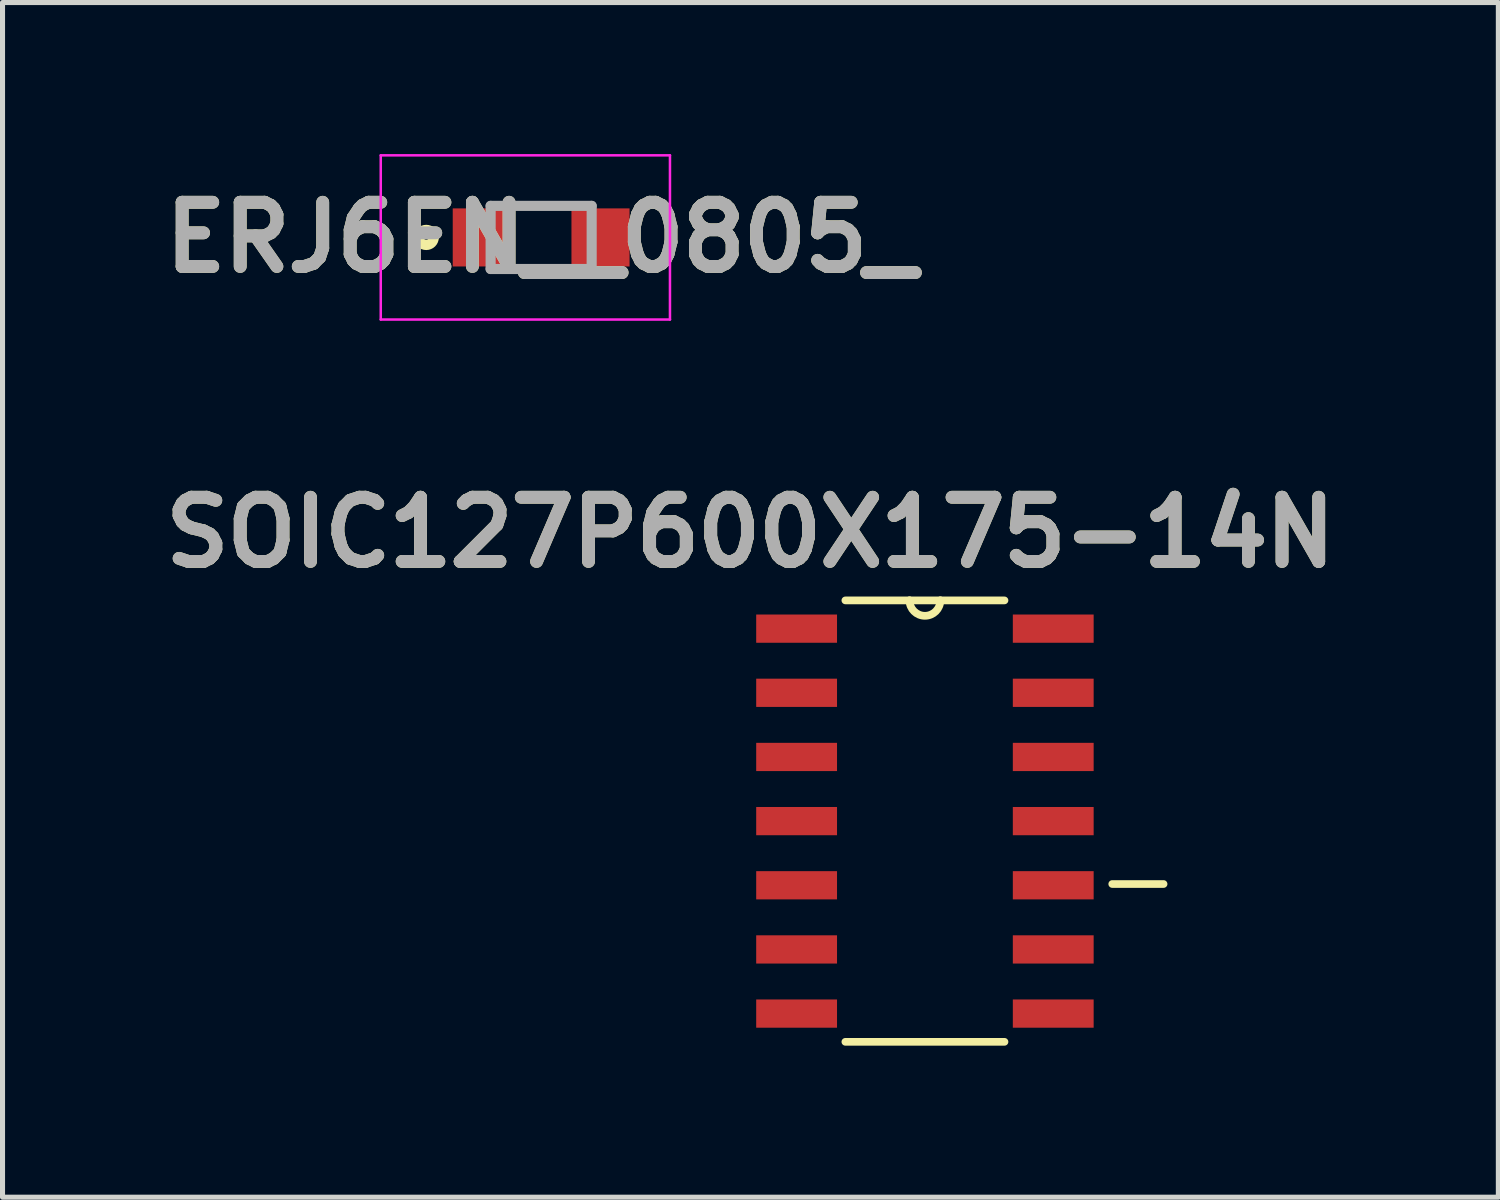
<source format=kicad_pcb>
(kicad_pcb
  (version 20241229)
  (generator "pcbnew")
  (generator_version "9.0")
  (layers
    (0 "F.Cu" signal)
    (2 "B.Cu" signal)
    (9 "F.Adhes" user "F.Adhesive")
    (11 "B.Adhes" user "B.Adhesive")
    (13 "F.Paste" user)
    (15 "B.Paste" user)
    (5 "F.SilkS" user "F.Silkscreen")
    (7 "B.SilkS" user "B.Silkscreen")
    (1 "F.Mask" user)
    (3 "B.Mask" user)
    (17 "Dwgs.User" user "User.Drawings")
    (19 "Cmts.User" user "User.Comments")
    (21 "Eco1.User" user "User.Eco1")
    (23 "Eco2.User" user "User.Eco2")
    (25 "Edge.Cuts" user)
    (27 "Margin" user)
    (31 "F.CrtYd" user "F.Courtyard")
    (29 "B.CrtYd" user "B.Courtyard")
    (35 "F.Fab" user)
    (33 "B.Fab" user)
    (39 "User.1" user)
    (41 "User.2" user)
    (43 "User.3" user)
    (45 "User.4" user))
  (footprint "ERJ6EN__0805_"
    (layer "F.Cu")
    (at 7.662 1.65)
    (property "Reference" "ERJ6EN__0805_" (at 0 0 0) (layer "F.SilkS") (effects (font (size 1.27 1.27) (thickness 0.254))))
    (attr smd)
    (fp_circle (center -2.275 0) (end -2.275 0.05) (stroke (width 0.2) (type solid)) (fill no) (layer "F.SilkS"))
    (fp_line (start -3.175 -1.625) (end 2.55 -1.625) (stroke (width 0.05) (type solid)) (layer "F.CrtYd"))
    (fp_line (start -3.175 1.625) (end -3.175 -1.625) (stroke (width 0.05) (type solid)) (layer "F.CrtYd"))
    (fp_line (start 2.55 -1.625) (end 2.55 1.625) (stroke (width 0.05) (type solid)) (layer "F.CrtYd"))
    (fp_line (start 2.55 1.625) (end -3.175 1.625) (stroke (width 0.05) (type solid)) (layer "F.CrtYd"))
    (fp_line (start -1 -0.625) (end 1 -0.625) (stroke (width 0.2) (type solid)) (layer "F.Fab"))
    (fp_line (start -1 0.625) (end -1 -0.625) (stroke (width 0.2) (type solid)) (layer "F.Fab"))
    (fp_line (start 1 -0.625) (end 1 0.625) (stroke (width 0.2) (type solid)) (layer "F.Fab"))
    (fp_line (start 1 0.625) (end -1 0.625) (stroke (width 0.2) (type solid)) (layer "F.Fab"))
    (fp_text user "${REFERENCE}" (at 0 0 0) (layer "F.Fab") (effects (font (size 1.27 1.27) (thickness 0.254))))
    (pad "1" smd rect (at -1.175 0 90) (size 1.15 1.15) (layers "F.Cu" "F.Mask" "F.Paste"))
    (pad "2" smd rect (at 1.175 0 90) (size 1.15 1.15) (layers "F.Cu" "F.Mask" "F.Paste")))
  (footprint "SOIC127P600X175-14N"
    (layer "F.Cu")
    (at 15.259 13.204)
    (property "Reference" "SOIC127P600X175-14N" (at -3.454 -5.715 0) (layer "F.SilkS") (effects (font (size 1.27 1.27) (thickness 0.254))))
    (attr smd)
    (fp_line (start -1.575 4.369) (end 1.575 4.369) (stroke (width 0.152) (type solid)) (layer "F.SilkS"))
    (fp_line (start -0.305 -4.369) (end -1.575 -4.369) (stroke (width 0.152) (type solid)) (layer "F.SilkS"))
    (fp_line (start 0.305 -4.369) (end -0.305 -4.369) (stroke (width 0.152) (type solid)) (layer "F.SilkS"))
    (fp_line (start 1.575 -4.369) (end 0.305 -4.369) (stroke (width 0.152) (type solid)) (layer "F.SilkS"))
    (fp_line (start 3.708 1.245) (end 4.724 1.245) (stroke (width 0.152) (type solid)) (layer "F.SilkS"))
    (fp_arc (start 0.3048 -4.3688) (mid 0 -4.064) (end -0.3048 -4.3688) (stroke (width 0.1524) (type solid)) (layer "F.SilkS"))
    (fp_text user "${REFERENCE}" (at -3.454 -5.715 0) (layer "F.Fab") (effects (font (size 1.27 1.27) (thickness 0.254))))
    (pad "1" smd rect (at -2.54 -3.81 90) (size 0.559 1.6) (layers "F.Cu" "F.Mask" "F.Paste"))
    (pad "2" smd rect (at -2.54 -2.54 90) (size 0.559 1.6) (layers "F.Cu" "F.Mask" "F.Paste"))
    (pad "3" smd rect (at -2.54 -1.27 90) (size 0.559 1.6) (layers "F.Cu" "F.Mask" "F.Paste"))
    (pad "4" smd rect (at -2.54 0 90) (size 0.559 1.6) (layers "F.Cu" "F.Mask" "F.Paste"))
    (pad "5" smd rect (at -2.54 1.27 90) (size 0.559 1.6) (layers "F.Cu" "F.Mask" "F.Paste"))
    (pad "6" smd rect (at -2.54 2.54 90) (size 0.559 1.6) (layers "F.Cu" "F.Mask" "F.Paste"))
    (pad "7" smd rect (at -2.54 3.81 90) (size 0.559 1.6) (layers "F.Cu" "F.Mask" "F.Paste"))
    (pad "8" smd rect (at 2.54 3.81 90) (size 0.559 1.6) (layers "F.Cu" "F.Mask" "F.Paste"))
    (pad "9" smd rect (at 2.54 2.54 90) (size 0.559 1.6) (layers "F.Cu" "F.Mask" "F.Paste"))
    (pad "10" smd rect (at 2.54 1.27 90) (size 0.559 1.6) (layers "F.Cu" "F.Mask" "F.Paste"))
    (pad "11" smd rect (at 2.54 0 90) (size 0.559 1.6) (layers "F.Cu" "F.Mask" "F.Paste"))
    (pad "12" smd rect (at 2.54 -1.27 90) (size 0.559 1.6) (layers "F.Cu" "F.Mask" "F.Paste"))
    (pad "13" smd rect (at 2.54 -2.54 90) (size 0.559 1.6) (layers "F.Cu" "F.Mask" "F.Paste"))
    (pad "14" smd rect (at 2.54 -3.81 90) (size 0.559 1.6) (layers "F.Cu" "F.Mask" "F.Paste")))
  (gr_rect
    (start -3 -3)
    (end 26.61 20.649)
    (stroke (width 0.1) (type default))
    (fill no)
    (layer "Edge.Cuts")))
</source>
